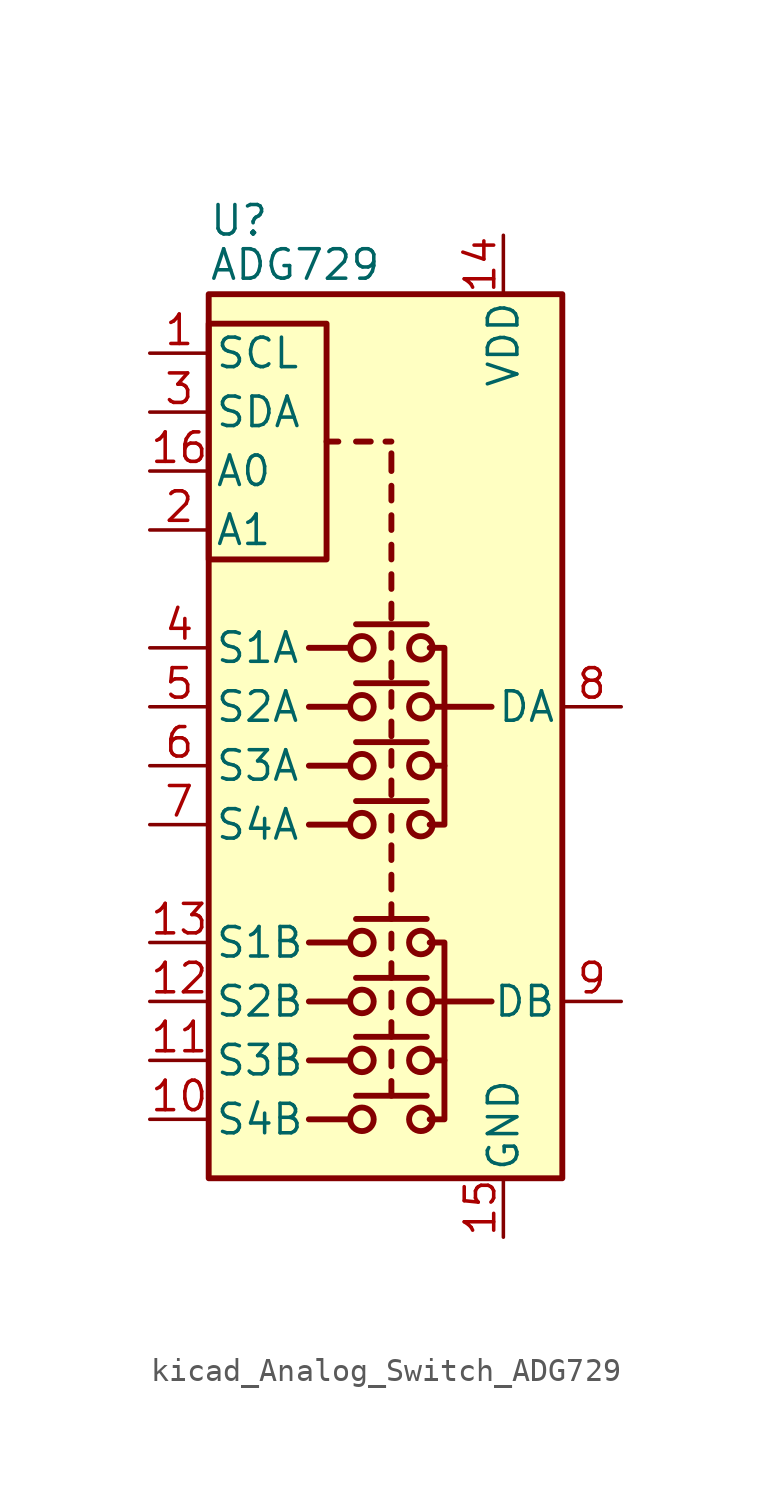
<source format=kicad_sym>
(kicad_symbol_lib
  (version 20220914)
  (generator kicad_symbol_editor)
  (symbol "kicad_Analog_Switch_ADG729"
    (pin_names
      (offset 0.254))
    (property "Reference" "U"
      (at -7.62 20.955 0)
      (effects (font (size 1.27 1.27)) (justify left)))
    (property "Value" "ADG729"
      (at -7.62 19.05 0)
      (effects (font (size 1.27 1.27)) (justify left)))
    (symbol "kicad_Analog_Switch_ADG729_0_1"
      (rectangle (start -7.62 6.35) (end -2.54 16.51) (stroke (width 0.254) (type default)) (fill (type none)))
      (rectangle (start -7.62 17.78) (end 7.62 -20.32) (stroke (width 0.254) (type default)) (fill (type background)))
      (circle (center -1.016 -17.78) (radius 0.508) (stroke (width 0.254) (type default)) (fill (type none)))
      (circle (center -1.016 -15.24) (radius 0.508) (stroke (width 0.254) (type default)) (fill (type none)))
      (circle (center -1.016 -12.7) (radius 0.508) (stroke (width 0.254) (type default)) (fill (type none)))
      (circle (center -1.016 -10.16) (radius 0.508) (stroke (width 0.254) (type default)) (fill (type none)))
      (circle (center -1.016 -5.08) (radius 0.508) (stroke (width 0.254) (type default)) (fill (type none)))
      (circle (center -1.016 -2.54) (radius 0.508) (stroke (width 0.254) (type default)) (fill (type none)))
      (circle (center -1.016 0) (radius 0.508) (stroke (width 0.254) (type default)) (fill (type none)))
      (circle (center -1.016 2.54) (radius 0.508) (stroke (width 0.254) (type default)) (fill (type none)))
      (polyline (pts (xy -2.032 11.43) (xy -2.54 11.43)) (stroke (width 0.254) (type default)) (fill (type none)))
      (polyline (pts (xy -1.524 -17.78) (xy -3.302 -17.78)) (stroke (width 0.254) (type default)) (fill (type none)))
      (polyline (pts (xy -1.524 -15.24) (xy -3.302 -15.24)) (stroke (width 0.254) (type default)) (fill (type none)))
      (polyline (pts (xy -1.524 -12.7) (xy -3.302 -12.7)) (stroke (width 0.254) (type default)) (fill (type none)))
      (polyline (pts (xy -1.524 -10.16) (xy -3.302 -10.16)) (stroke (width 0.254) (type default)) (fill (type none)))
      (polyline (pts (xy -1.524 -5.08) (xy -3.302 -5.08)) (stroke (width 0.254) (type default)) (fill (type none)))
      (polyline (pts (xy -1.524 -2.54) (xy -3.302 -2.54)) (stroke (width 0.254) (type default)) (fill (type none)))
      (polyline (pts (xy -1.524 0) (xy -3.302 0)) (stroke (width 0.254) (type default)) (fill (type none)))
      (polyline (pts (xy -1.524 2.54) (xy -3.302 2.54)) (stroke (width 0.254) (type default)) (fill (type none)))
      (polyline (pts (xy -1.27 -16.764) (xy 1.778 -16.764)) (stroke (width 0.254) (type default)) (fill (type none)))
      (polyline (pts (xy -1.27 -14.224) (xy 1.778 -14.224)) (stroke (width 0.254) (type default)) (fill (type none)))
      (polyline (pts (xy -1.27 -11.684) (xy 1.778 -11.684)) (stroke (width 0.254) (type default)) (fill (type none)))
      (polyline (pts (xy -1.27 -9.144) (xy 1.778 -9.144)) (stroke (width 0.254) (type default)) (fill (type none)))
      (polyline (pts (xy -1.27 -4.064) (xy 1.778 -4.064)) (stroke (width 0.254) (type default)) (fill (type none)))
      (polyline (pts (xy -1.27 -1.524) (xy 1.778 -1.524)) (stroke (width 0.254) (type default)) (fill (type none)))
      (polyline (pts (xy -1.27 1.016) (xy 1.778 1.016)) (stroke (width 0.254) (type default)) (fill (type none)))
      (polyline (pts (xy -1.27 3.556) (xy 1.778 3.556)) (stroke (width 0.254) (type default)) (fill (type none)))
      (polyline (pts (xy -1.27 11.43) (xy -0.635 11.43)) (stroke (width 0.254) (type default)) (fill (type none)))
      (polyline (pts (xy 0.254 -16.764) (xy 0.254 -16.129)) (stroke (width 0.254) (type default)) (fill (type none)))
      (polyline (pts (xy 0.254 -15.494) (xy 0.254 -14.859)) (stroke (width 0.254) (type default)) (fill (type none)))
      (polyline (pts (xy 0.254 -14.224) (xy 0.254 -13.589)) (stroke (width 0.254) (type default)) (fill (type none)))
      (polyline (pts (xy 0.254 -12.954) (xy 0.254 -12.319)) (stroke (width 0.254) (type default)) (fill (type none)))
      (polyline (pts (xy 0.254 -11.684) (xy 0.254 -11.049)) (stroke (width 0.254) (type default)) (fill (type none)))
      (polyline (pts (xy 0.254 -10.414) (xy 0.254 -9.779)) (stroke (width 0.254) (type default)) (fill (type none)))
      (polyline (pts (xy 0.254 -9.144) (xy 0.254 -8.509)) (stroke (width 0.254) (type default)) (fill (type none)))
      (polyline (pts (xy 0.254 -7.874) (xy 0.254 -7.239)) (stroke (width 0.254) (type default)) (fill (type none)))
      (polyline (pts (xy 0.254 -6.604) (xy 0.254 -5.969)) (stroke (width 0.254) (type default)) (fill (type none)))
      (polyline (pts (xy 0.254 -5.334) (xy 0.254 -4.699)) (stroke (width 0.254) (type default)) (fill (type none)))
      (polyline (pts (xy 0.254 -3.81) (xy 0.254 -3.175)) (stroke (width 0.254) (type default)) (fill (type none)))
      (polyline (pts (xy 0.254 -2.54) (xy 0.254 -1.905)) (stroke (width 0.254) (type default)) (fill (type none)))
      (polyline (pts (xy 0.254 -1.27) (xy 0.254 -0.635)) (stroke (width 0.254) (type default)) (fill (type none)))
      (polyline (pts (xy 0.254 0) (xy 0.254 0.635)) (stroke (width 0.254) (type default)) (fill (type none)))
      (polyline (pts (xy 0.254 1.27) (xy 0.254 1.905)) (stroke (width 0.254) (type default)) (fill (type none)))
      (polyline (pts (xy 0.254 2.54) (xy 0.254 3.175)) (stroke (width 0.254) (type default)) (fill (type none)))
      (polyline (pts (xy 0.254 3.81) (xy 0.254 4.445)) (stroke (width 0.254) (type default)) (fill (type none)))
      (polyline (pts (xy 0.254 5.08) (xy 0.254 5.715)) (stroke (width 0.254) (type default)) (fill (type none)))
      (polyline (pts (xy 0.254 6.35) (xy 0.254 6.985)) (stroke (width 0.254) (type default)) (fill (type none)))
      (polyline (pts (xy 0.254 7.62) (xy 0.254 8.255)) (stroke (width 0.254) (type default)) (fill (type none)))
      (polyline (pts (xy 0.254 8.89) (xy 0.254 9.525)) (stroke (width 0.254) (type default)) (fill (type none)))
      (polyline (pts (xy 0.254 10.16) (xy 0.254 10.922)) (stroke (width 0.254) (type default)) (fill (type none)))
      (polyline (pts (xy 0.254 11.43) (xy 0 11.43)) (stroke (width 0.254) (type default)) (fill (type none)))
      (polyline (pts (xy 2.032 -15.24) (xy 2.54 -15.24)) (stroke (width 0.254) (type default)) (fill (type none)))
      (polyline (pts (xy 2.032 -12.7) (xy 2.54 -12.7)) (stroke (width 0.254) (type default)) (fill (type none)))
      (polyline (pts (xy 2.032 -2.54) (xy 2.54 -2.54)) (stroke (width 0.254) (type default)) (fill (type none)))
      (polyline (pts (xy 2.032 0) (xy 2.54 0)) (stroke (width 0.254) (type default)) (fill (type none)))
      (polyline (pts (xy 2.54 0) (xy 4.572 0)) (stroke (width 0.254) (type default)) (fill (type none)))
      (polyline (pts (xy 4.572 -12.7) (xy 2.54 -12.7)) (stroke (width 0.254) (type default)) (fill (type none)))
      (polyline (pts (xy 1.905 -10.16) (xy 2.54 -10.16) (xy 2.54 -17.78) (xy 1.905 -17.78)) (stroke (width 0.254) (type default)) (fill (type none)))
      (polyline (pts (xy 1.905 -5.08) (xy 2.54 -5.08) (xy 2.54 2.54) (xy 1.905 2.54)) (stroke (width 0.254) (type default)) (fill (type none)))
      (circle (center 1.524 -17.78) (radius 0.508) (stroke (width 0.254) (type default)) (fill (type none)))
      (circle (center 1.524 -15.24) (radius 0.508) (stroke (width 0.254) (type default)) (fill (type none)))
      (circle (center 1.524 -12.7) (radius 0.508) (stroke (width 0.254) (type default)) (fill (type none)))
      (circle (center 1.524 -10.16) (radius 0.508) (stroke (width 0.254) (type default)) (fill (type none)))
      (circle (center 1.524 -5.08) (radius 0.508) (stroke (width 0.254) (type default)) (fill (type none)))
      (circle (center 1.524 -2.54) (radius 0.508) (stroke (width 0.254) (type default)) (fill (type none)))
      (circle (center 1.524 0) (radius 0.508) (stroke (width 0.254) (type default)) (fill (type none)))
      (circle (center 1.524 2.54) (radius 0.508) (stroke (width 0.254) (type default)) (fill (type none))))
    (symbol "kicad_Analog_Switch_ADG729_1_1"
      (pin input line (at -10.16 15.24 0) (length 2.54) (name "SCL" (effects (font (size 1.27 1.27)))) (number "1" (effects (font (size 1.27 1.27)))))
      (pin bidirectional line (at -10.16 -17.78 0) (length 2.54) (name "S4B" (effects (font (size 1.27 1.27)))) (number "10" (effects (font (size 1.27 1.27)))))
      (pin bidirectional line (at -10.16 -15.24 0) (length 2.54) (name "S3B" (effects (font (size 1.27 1.27)))) (number "11" (effects (font (size 1.27 1.27)))))
      (pin bidirectional line (at -10.16 -12.7 0) (length 2.54) (name "S2B" (effects (font (size 1.27 1.27)))) (number "12" (effects (font (size 1.27 1.27)))))
      (pin bidirectional line (at -10.16 -10.16 0) (length 2.54) (name "S1B" (effects (font (size 1.27 1.27)))) (number "13" (effects (font (size 1.27 1.27)))))
      (pin power_in line (at 5.08 20.32 270) (length 2.54) (name "VDD" (effects (font (size 1.27 1.27)))) (number "14" (effects (font (size 1.27 1.27)))))
      (pin power_in line (at 5.08 -22.86 90) (length 2.54) (name "GND" (effects (font (size 1.27 1.27)))) (number "15" (effects (font (size 1.27 1.27)))))
      (pin input line (at -10.16 10.16 0) (length 2.54) (name "A0" (effects (font (size 1.27 1.27)))) (number "16" (effects (font (size 1.27 1.27)))))
      (pin input line (at -10.16 7.62 0) (length 2.54) (name "A1" (effects (font (size 1.27 1.27)))) (number "2" (effects (font (size 1.27 1.27)))))
      (pin bidirectional line (at -10.16 12.7 0) (length 2.54) (name "SDA" (effects (font (size 1.27 1.27)))) (number "3" (effects (font (size 1.27 1.27)))))
      (pin bidirectional line (at -10.16 2.54 0) (length 2.54) (name "S1A" (effects (font (size 1.27 1.27)))) (number "4" (effects (font (size 1.27 1.27)))))
      (pin bidirectional line (at -10.16 0 0) (length 2.54) (name "S2A" (effects (font (size 1.27 1.27)))) (number "5" (effects (font (size 1.27 1.27)))))
      (pin bidirectional line (at -10.16 -2.54 0) (length 2.54) (name "S3A" (effects (font (size 1.27 1.27)))) (number "6" (effects (font (size 1.27 1.27)))))
      (pin bidirectional line (at -10.16 -5.08 0) (length 2.54) (name "S4A" (effects (font (size 1.27 1.27)))) (number "7" (effects (font (size 1.27 1.27)))))
      (pin bidirectional line (at 10.16 0 180) (length 2.54) (name "DA" (effects (font (size 1.27 1.27)))) (number "8" (effects (font (size 1.27 1.27)))))
      (pin bidirectional line (at 10.16 -12.7 180) (length 2.54) (name "DB" (effects (font (size 1.27 1.27)))) (number "9" (effects (font (size 1.27 1.27))))))))
</source>
